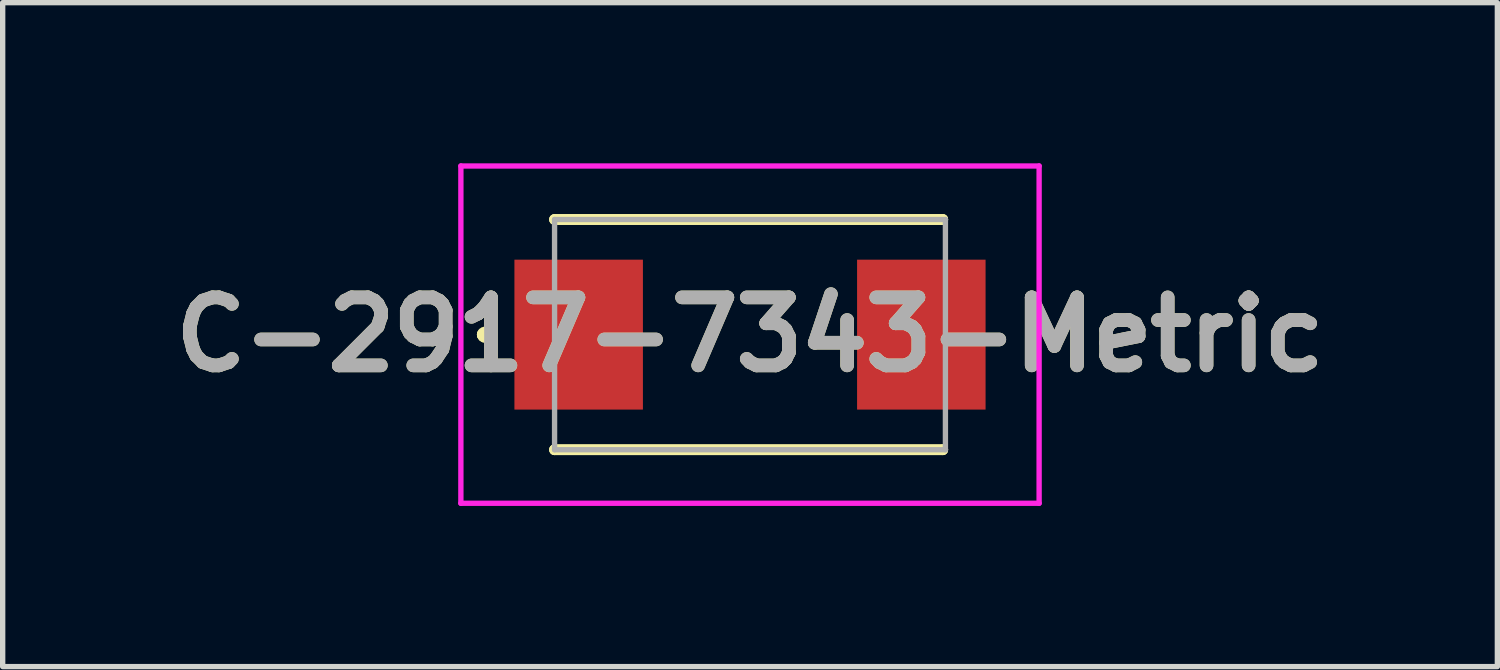
<source format=kicad_pcb>
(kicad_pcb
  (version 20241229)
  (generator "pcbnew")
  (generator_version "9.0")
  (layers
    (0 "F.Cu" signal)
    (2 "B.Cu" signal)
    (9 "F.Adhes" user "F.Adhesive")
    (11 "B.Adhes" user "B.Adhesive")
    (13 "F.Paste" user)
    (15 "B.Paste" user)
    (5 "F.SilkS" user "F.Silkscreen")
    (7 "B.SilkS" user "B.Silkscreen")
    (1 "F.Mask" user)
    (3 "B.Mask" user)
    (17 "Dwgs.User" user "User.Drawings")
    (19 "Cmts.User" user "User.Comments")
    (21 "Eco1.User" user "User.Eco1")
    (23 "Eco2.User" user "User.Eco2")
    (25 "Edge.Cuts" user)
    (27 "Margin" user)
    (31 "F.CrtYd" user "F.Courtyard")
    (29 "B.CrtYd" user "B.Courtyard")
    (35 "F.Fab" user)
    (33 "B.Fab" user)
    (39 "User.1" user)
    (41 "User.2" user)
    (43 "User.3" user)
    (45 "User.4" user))
  (footprint "C-2917-7343-Metric"
    (layer "F.Cu")
    (at 10.958 3.2)
    (property "Reference" "C-2917-7343-Metric" (at 0 0 0) (layer "F.SilkS") (effects (font (size 1.27 1.27) (thickness 0.254))))
    (attr smd)
    (fp_line (start -5 0) (end -5 0) (stroke (width 0.2) (type solid)) (layer "F.SilkS"))
    (fp_line (start -5 0) (end -5 0) (stroke (width 0.2) (type solid)) (layer "F.SilkS"))
    (fp_line (start -4.9 0) (end -4.9 0) (stroke (width 0.2) (type solid)) (layer "F.SilkS"))
    (fp_line (start -3.65 -2.15) (end -3.65 -2.15) (stroke (width 0.2) (type solid)) (layer "F.SilkS"))
    (fp_line (start -3.65 -2.15) (end 3.6 -2.15) (stroke (width 0.2) (type solid)) (layer "F.SilkS"))
    (fp_line (start -3.65 2.15) (end -3.65 2.15) (stroke (width 0.2) (type solid)) (layer "F.SilkS"))
    (fp_line (start -3.65 2.15) (end 3.6 2.15) (stroke (width 0.2) (type solid)) (layer "F.SilkS"))
    (fp_line (start 3.6 -2.15) (end -3.65 -2.15) (stroke (width 0.2) (type solid)) (layer "F.SilkS"))
    (fp_line (start 3.6 -2.15) (end 3.6 -2.15) (stroke (width 0.2) (type solid)) (layer "F.SilkS"))
    (fp_line (start 3.6 2.15) (end -3.65 2.15) (stroke (width 0.2) (type solid)) (layer "F.SilkS"))
    (fp_line (start 3.6 2.15) (end 3.6 2.15) (stroke (width 0.2) (type solid)) (layer "F.SilkS"))
    (fp_arc (start -5 0) (mid -4.95 -0.05) (end -4.9 0) (stroke (width 0.2) (type solid)) (layer "F.SilkS"))
    (fp_arc (start -4.9 0) (mid -4.95 0.05) (end -5 0) (stroke (width 0.2) (type solid)) (layer "F.SilkS"))
    (fp_arc (start -4.9 0) (mid -4.95 0.05) (end -5 0) (stroke (width 0.2) (type solid)) (layer "F.SilkS"))
    (fp_line (start -5.4 -3.15) (end 5.4 -3.15) (stroke (width 0.1) (type solid)) (layer "F.CrtYd"))
    (fp_line (start -5.4 3.15) (end -5.4 -3.15) (stroke (width 0.1) (type solid)) (layer "F.CrtYd"))
    (fp_line (start 5.4 -3.15) (end 5.4 3.15) (stroke (width 0.1) (type solid)) (layer "F.CrtYd"))
    (fp_line (start 5.4 3.15) (end -5.4 3.15) (stroke (width 0.1) (type solid)) (layer "F.CrtYd"))
    (fp_line (start -3.65 -2.15) (end -3.65 2.15) (stroke (width 0.1) (type solid)) (layer "F.Fab"))
    (fp_line (start -3.65 2.15) (end 3.65 2.15) (stroke (width 0.1) (type solid)) (layer "F.Fab"))
    (fp_line (start 3.65 -2.15) (end -3.65 -2.15) (stroke (width 0.1) (type solid)) (layer "F.Fab"))
    (fp_line (start 3.65 2.15) (end 3.65 -2.15) (stroke (width 0.1) (type solid)) (layer "F.Fab"))
    (fp_text user "${REFERENCE}" (at 0 0 0) (layer "F.Fab") (effects (font (size 1.27 1.27) (thickness 0.254))))
    (pad "1" smd rect (at -3.2 0) (size 2.4 2.8) (layers "F.Cu" "F.Mask" "F.Paste"))
    (pad "2" smd rect (at 3.2 0) (size 2.4 2.8) (layers "F.Cu" "F.Mask" "F.Paste")))
  (gr_rect
    (start -3 -3)
    (end 24.917 9.4)
    (stroke (width 0.1) (type default))
    (fill no)
    (layer "Edge.Cuts")))
</source>
